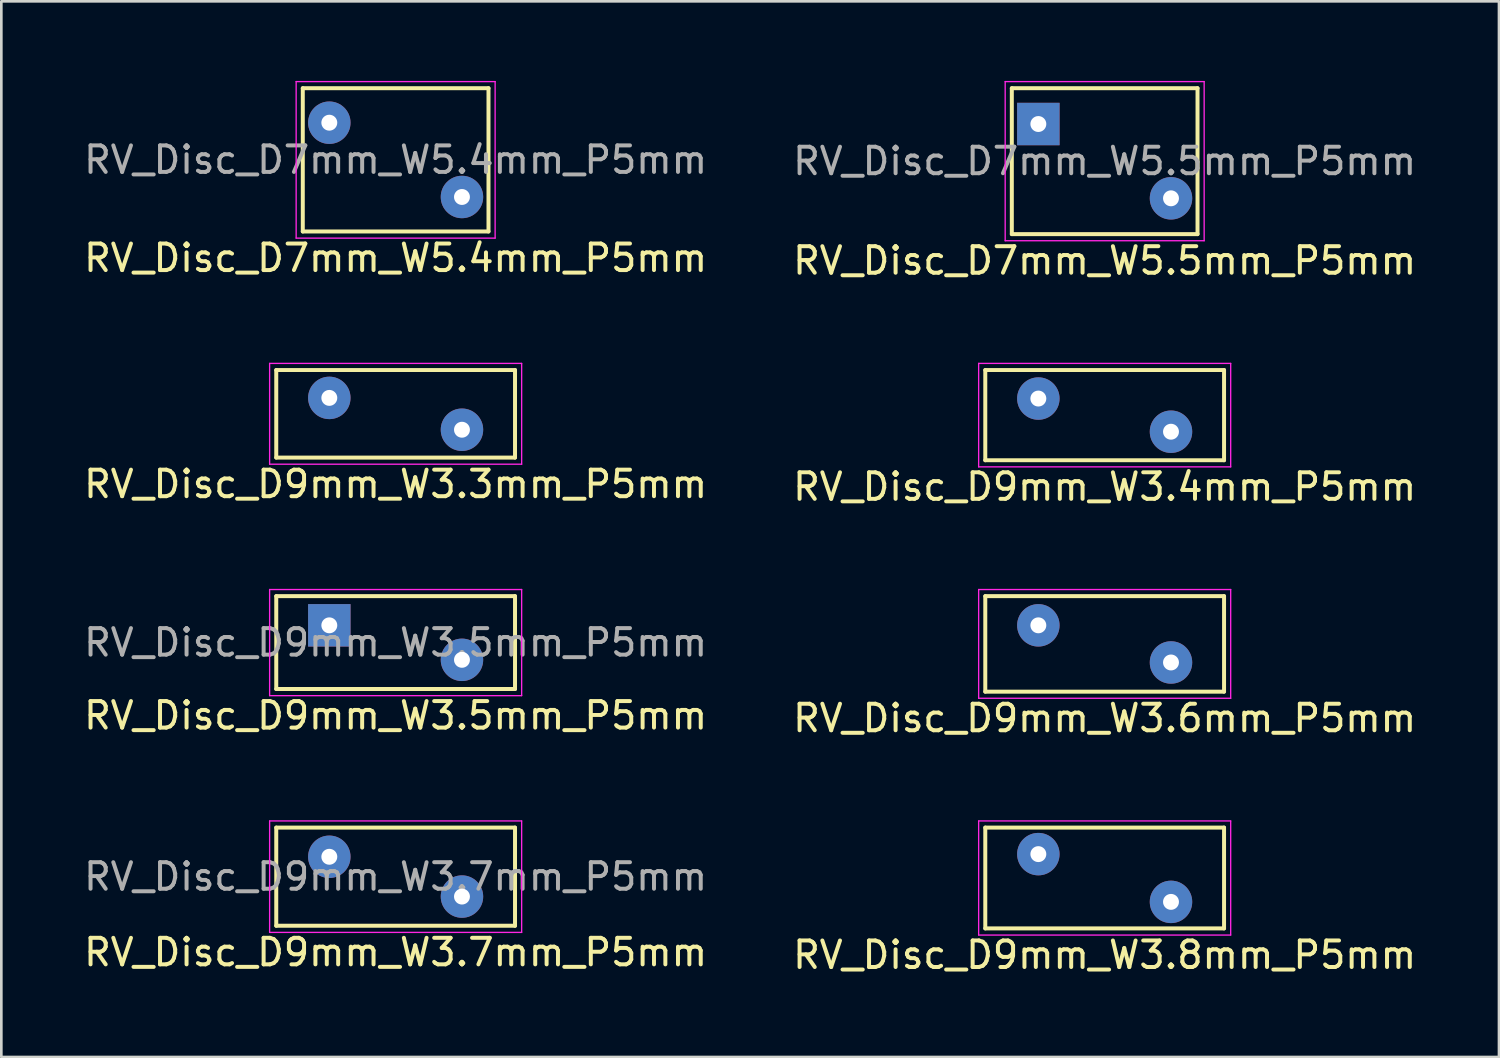
<source format=kicad_pcb>
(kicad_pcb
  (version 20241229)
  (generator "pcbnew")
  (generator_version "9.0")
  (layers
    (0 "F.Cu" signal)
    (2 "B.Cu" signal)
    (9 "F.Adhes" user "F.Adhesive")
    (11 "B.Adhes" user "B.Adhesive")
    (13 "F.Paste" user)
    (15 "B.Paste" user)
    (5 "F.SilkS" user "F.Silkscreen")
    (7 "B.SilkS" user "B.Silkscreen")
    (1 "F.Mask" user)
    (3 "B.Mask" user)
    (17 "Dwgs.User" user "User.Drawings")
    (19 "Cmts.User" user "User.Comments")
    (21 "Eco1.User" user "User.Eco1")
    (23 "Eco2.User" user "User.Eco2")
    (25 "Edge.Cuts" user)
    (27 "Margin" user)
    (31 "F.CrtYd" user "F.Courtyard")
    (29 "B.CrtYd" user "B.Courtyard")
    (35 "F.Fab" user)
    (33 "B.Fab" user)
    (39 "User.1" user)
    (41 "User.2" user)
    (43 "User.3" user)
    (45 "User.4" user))
  (footprint "RV_Disc_D9mm_W3.8mm_P5mm"
    (layer "F.Cu")
    (at 36.089 29.145)
    (property "Reference" "RV_Disc_D9mm_W3.8mm_P5mm" (at 2.5 3.8 0) (layer "F.SilkS") (effects (font (size 1 1) (thickness 0.15))))
    (attr through_hole)
    (fp_line (start -2 -1) (end -2 2.8) (stroke (width 0.15) (type solid)) (layer "F.SilkS"))
    (fp_line (start -2 -1) (end 7 -1) (stroke (width 0.15) (type solid)) (layer "F.SilkS"))
    (fp_line (start -2 2.8) (end 7 2.8) (stroke (width 0.15) (type solid)) (layer "F.SilkS"))
    (fp_line (start 7 -1) (end 7 2.8) (stroke (width 0.15) (type solid)) (layer "F.SilkS"))
    (fp_line (start -2.25 -1.25) (end -2.25 3.05) (stroke (width 0.05) (type solid)) (layer "F.CrtYd"))
    (fp_line (start -2.25 -1.25) (end 7.25 -1.25) (stroke (width 0.05) (type solid)) (layer "F.CrtYd"))
    (fp_line (start -2.25 3.05) (end 7.25 3.05) (stroke (width 0.05) (type solid)) (layer "F.CrtYd"))
    (fp_line (start 7.25 -1.25) (end 7.25 3.05) (stroke (width 0.05) (type solid)) (layer "F.CrtYd"))
    (pad "1" thru_hole circle (at 0 0) (size 1.6 1.6) (drill 0.6) (layers "*.Cu" "*.Mask"))
    (pad "2" thru_hole circle (at 5 1.8) (size 1.6 1.6) (drill 0.6) (layers "*.Cu" "*.Mask")))
  (footprint "RV_Disc_D9mm_W3.3mm_P5mm"
    (layer "F.Cu")
    (at 9.363 11.948)
    (property "Reference" "RV_Disc_D9mm_W3.3mm_P5mm" (at 2.5 3.25 0) (layer "F.SilkS") (effects (font (size 1 1) (thickness 0.15))))
    (attr through_hole)
    (fp_line (start -2 -1.05) (end -2 2.25) (stroke (width 0.15) (type solid)) (layer "F.SilkS"))
    (fp_line (start -2 -1.05) (end 7 -1.05) (stroke (width 0.15) (type solid)) (layer "F.SilkS"))
    (fp_line (start -2 2.25) (end 7 2.25) (stroke (width 0.15) (type solid)) (layer "F.SilkS"))
    (fp_line (start 7 -1.05) (end 7 2.25) (stroke (width 0.15) (type solid)) (layer "F.SilkS"))
    (fp_line (start -2.25 -1.3) (end -2.25 2.5) (stroke (width 0.05) (type solid)) (layer "F.CrtYd"))
    (fp_line (start -2.25 -1.3) (end 7.25 -1.3) (stroke (width 0.05) (type solid)) (layer "F.CrtYd"))
    (fp_line (start -2.25 2.5) (end 7.25 2.5) (stroke (width 0.05) (type solid)) (layer "F.CrtYd"))
    (fp_line (start 7.25 -1.3) (end 7.25 2.5) (stroke (width 0.05) (type solid)) (layer "F.CrtYd"))
    (pad "1" thru_hole circle (at 0 0) (size 1.6 1.6) (drill 0.6) (layers "*.Cu" "*.Mask"))
    (pad "2" thru_hole circle (at 5 1.2) (size 1.6 1.6) (drill 0.6) (layers "*.Cu" "*.Mask")))
  (footprint "RV_Disc_D7mm_W5.5mm_P5mm"
    (layer "F.Cu")
    (at 36.089 1.625)
    (property "Reference" "RV_Disc_D7mm_W5.5mm_P5mm" (at 2.5 5.15 0) (layer "F.SilkS") (effects (font (size 1 1) (thickness 0.15))))
    (attr through_hole)
    (fp_line (start -1 -1.35) (end -1 4.15) (stroke (width 0.15) (type solid)) (layer "F.SilkS"))
    (fp_line (start -1 -1.35) (end 6 -1.35) (stroke (width 0.15) (type solid)) (layer "F.SilkS"))
    (fp_line (start -1 4.15) (end 6 4.15) (stroke (width 0.15) (type solid)) (layer "F.SilkS"))
    (fp_line (start 6 -1.35) (end 6 4.15) (stroke (width 0.15) (type solid)) (layer "F.SilkS"))
    (fp_line (start -1.25 -1.6) (end -1.25 4.4) (stroke (width 0.05) (type solid)) (layer "F.CrtYd"))
    (fp_line (start -1.25 -1.6) (end 6.25 -1.6) (stroke (width 0.05) (type solid)) (layer "F.CrtYd"))
    (fp_line (start -1.25 4.4) (end 6.25 4.4) (stroke (width 0.05) (type solid)) (layer "F.CrtYd"))
    (fp_line (start 6.25 -1.6) (end 6.25 4.4) (stroke (width 0.05) (type solid)) (layer "F.CrtYd"))
    (fp_text user "${REFERENCE}" (at 2.5 1.4 0) (layer "F.Fab") (effects (font (size 1 1) (thickness 0.15))))
    (pad "1" thru_hole rect (at 0 0) (size 1.6 1.6) (drill 0.6) (layers "*.Cu" "*.Mask"))
    (pad "2" thru_hole circle (at 5 2.8) (size 1.6 1.6) (drill 0.6) (layers "*.Cu" "*.Mask")))
  (footprint "RV_Disc_D9mm_W3.4mm_P5mm"
    (layer "F.Cu")
    (at 36.089 11.973)
    (property "Reference" "RV_Disc_D9mm_W3.4mm_P5mm" (at 2.5 3.325 0) (layer "F.SilkS") (effects (font (size 1 1) (thickness 0.15))))
    (attr through_hole)
    (fp_line (start -2 -1.075) (end -2 2.325) (stroke (width 0.15) (type solid)) (layer "F.SilkS"))
    (fp_line (start -2 -1.075) (end 7 -1.075) (stroke (width 0.15) (type solid)) (layer "F.SilkS"))
    (fp_line (start -2 2.325) (end 7 2.325) (stroke (width 0.15) (type solid)) (layer "F.SilkS"))
    (fp_line (start 7 -1.075) (end 7 2.325) (stroke (width 0.15) (type solid)) (layer "F.SilkS"))
    (fp_line (start -2.25 -1.325) (end -2.25 2.575) (stroke (width 0.05) (type solid)) (layer "F.CrtYd"))
    (fp_line (start -2.25 -1.325) (end 7.25 -1.325) (stroke (width 0.05) (type solid)) (layer "F.CrtYd"))
    (fp_line (start -2.25 2.575) (end 7.25 2.575) (stroke (width 0.05) (type solid)) (layer "F.CrtYd"))
    (fp_line (start 7.25 -1.325) (end 7.25 2.575) (stroke (width 0.05) (type solid)) (layer "F.CrtYd"))
    (pad "1" thru_hole circle (at 0 0) (size 1.6 1.6) (drill 0.6) (layers "*.Cu" "*.Mask"))
    (pad "2" thru_hole circle (at 5 1.25) (size 1.6 1.6) (drill 0.6) (layers "*.Cu" "*.Mask")))
  (footprint "RV_Disc_D9mm_W3.5mm_P5mm"
    (layer "F.Cu")
    (at 9.363 20.521)
    (property "Reference" "RV_Disc_D9mm_W3.5mm_P5mm" (at 2.5 3.4 0) (layer "F.SilkS") (effects (font (size 1 1) (thickness 0.15))))
    (attr through_hole)
    (fp_line (start -2 -1.1) (end -2 2.4) (stroke (width 0.15) (type solid)) (layer "F.SilkS"))
    (fp_line (start -2 -1.1) (end 7 -1.1) (stroke (width 0.15) (type solid)) (layer "F.SilkS"))
    (fp_line (start -2 2.4) (end 7 2.4) (stroke (width 0.15) (type solid)) (layer "F.SilkS"))
    (fp_line (start 7 -1.1) (end 7 2.4) (stroke (width 0.15) (type solid)) (layer "F.SilkS"))
    (fp_line (start -2.25 -1.35) (end -2.25 2.65) (stroke (width 0.05) (type solid)) (layer "F.CrtYd"))
    (fp_line (start -2.25 -1.35) (end 7.25 -1.35) (stroke (width 0.05) (type solid)) (layer "F.CrtYd"))
    (fp_line (start -2.25 2.65) (end 7.25 2.65) (stroke (width 0.05) (type solid)) (layer "F.CrtYd"))
    (fp_line (start 7.25 -1.35) (end 7.25 2.65) (stroke (width 0.05) (type solid)) (layer "F.CrtYd"))
    (fp_text user "${REFERENCE}" (at 2.5 0.65 0) (layer "F.Fab") (effects (font (size 1 1) (thickness 0.15))))
    (pad "1" thru_hole rect (at 0 0) (size 1.6 1.6) (drill 0.6) (layers "*.Cu" "*.Mask"))
    (pad "2" thru_hole circle (at 5 1.3) (size 1.6 1.6) (drill 0.6) (layers "*.Cu" "*.Mask")))
  (footprint "RV_Disc_D7mm_W5.4mm_P5mm"
    (layer "F.Cu")
    (at 9.363 1.575)
    (property "Reference" "RV_Disc_D7mm_W5.4mm_P5mm" (at 2.5 5.1 0) (layer "F.SilkS") (effects (font (size 1 1) (thickness 0.15))))
    (attr through_hole)
    (fp_line (start -1 -1.3) (end -1 4.1) (stroke (width 0.15) (type solid)) (layer "F.SilkS"))
    (fp_line (start -1 -1.3) (end 6 -1.3) (stroke (width 0.15) (type solid)) (layer "F.SilkS"))
    (fp_line (start -1 4.1) (end 6 4.1) (stroke (width 0.15) (type solid)) (layer "F.SilkS"))
    (fp_line (start 6 -1.3) (end 6 4.1) (stroke (width 0.15) (type solid)) (layer "F.SilkS"))
    (fp_line (start -1.25 -1.55) (end -1.25 4.35) (stroke (width 0.05) (type solid)) (layer "F.CrtYd"))
    (fp_line (start -1.25 -1.55) (end 6.25 -1.55) (stroke (width 0.05) (type solid)) (layer "F.CrtYd"))
    (fp_line (start -1.25 4.35) (end 6.25 4.35) (stroke (width 0.05) (type solid)) (layer "F.CrtYd"))
    (fp_line (start 6.25 -1.55) (end 6.25 4.35) (stroke (width 0.05) (type solid)) (layer "F.CrtYd"))
    (fp_text user "${REFERENCE}" (at 2.5 1.4 0) (layer "F.Fab") (effects (font (size 1 1) (thickness 0.15))))
    (pad "1" thru_hole circle (at 0 0) (size 1.6 1.6) (drill 0.6) (layers "*.Cu" "*.Mask"))
    (pad "2" thru_hole circle (at 5 2.8) (size 1.6 1.6) (drill 0.6) (layers "*.Cu" "*.Mask")))
  (footprint "RV_Disc_D9mm_W3.6mm_P5mm"
    (layer "F.Cu")
    (at 36.089 20.521)
    (property "Reference" "RV_Disc_D9mm_W3.6mm_P5mm" (at 2.5 3.5 0) (layer "F.SilkS") (effects (font (size 1 1) (thickness 0.15))))
    (attr through_hole)
    (fp_line (start -2 -1.1) (end -2 2.5) (stroke (width 0.15) (type solid)) (layer "F.SilkS"))
    (fp_line (start -2 -1.1) (end 7 -1.1) (stroke (width 0.15) (type solid)) (layer "F.SilkS"))
    (fp_line (start -2 2.5) (end 7 2.5) (stroke (width 0.15) (type solid)) (layer "F.SilkS"))
    (fp_line (start 7 -1.1) (end 7 2.5) (stroke (width 0.15) (type solid)) (layer "F.SilkS"))
    (fp_line (start -2.25 -1.35) (end -2.25 2.75) (stroke (width 0.05) (type solid)) (layer "F.CrtYd"))
    (fp_line (start -2.25 -1.35) (end 7.25 -1.35) (stroke (width 0.05) (type solid)) (layer "F.CrtYd"))
    (fp_line (start -2.25 2.75) (end 7.25 2.75) (stroke (width 0.05) (type solid)) (layer "F.CrtYd"))
    (fp_line (start 7.25 -1.35) (end 7.25 2.75) (stroke (width 0.05) (type solid)) (layer "F.CrtYd"))
    (pad "1" thru_hole circle (at 0 0) (size 1.6 1.6) (drill 0.6) (layers "*.Cu" "*.Mask"))
    (pad "2" thru_hole circle (at 5 1.4) (size 1.6 1.6) (drill 0.6) (layers "*.Cu" "*.Mask")))
  (footprint "RV_Disc_D9mm_W3.7mm_P5mm"
    (layer "F.Cu")
    (at 9.363 29.245)
    (property "Reference" "RV_Disc_D9mm_W3.7mm_P5mm" (at 2.5 3.6 0) (layer "F.SilkS") (effects (font (size 1 1) (thickness 0.15))))
    (attr through_hole)
    (fp_line (start -2 -1.1) (end -2 2.6) (stroke (width 0.15) (type solid)) (layer "F.SilkS"))
    (fp_line (start -2 -1.1) (end 7 -1.1) (stroke (width 0.15) (type solid)) (layer "F.SilkS"))
    (fp_line (start -2 2.6) (end 7 2.6) (stroke (width 0.15) (type solid)) (layer "F.SilkS"))
    (fp_line (start 7 -1.1) (end 7 2.6) (stroke (width 0.15) (type solid)) (layer "F.SilkS"))
    (fp_line (start -2.25 -1.35) (end -2.25 2.85) (stroke (width 0.05) (type solid)) (layer "F.CrtYd"))
    (fp_line (start -2.25 -1.35) (end 7.25 -1.35) (stroke (width 0.05) (type solid)) (layer "F.CrtYd"))
    (fp_line (start -2.25 2.85) (end 7.25 2.85) (stroke (width 0.05) (type solid)) (layer "F.CrtYd"))
    (fp_line (start 7.25 -1.35) (end 7.25 2.85) (stroke (width 0.05) (type solid)) (layer "F.CrtYd"))
    (fp_text user "${REFERENCE}" (at 2.5 0.75 0) (layer "F.Fab") (effects (font (size 1 1) (thickness 0.15))))
    (pad "1" thru_hole circle (at 0 0) (size 1.6 1.6) (drill 0.6) (layers "*.Cu" "*.Mask"))
    (pad "2" thru_hole circle (at 5 1.5) (size 1.6 1.6) (drill 0.6) (layers "*.Cu" "*.Mask")))
  (gr_rect
    (start -3 -3)
    (end 53.452 36.793)
    (stroke (width 0.1) (type default))
    (fill no)
    (layer "Edge.Cuts")))
</source>
